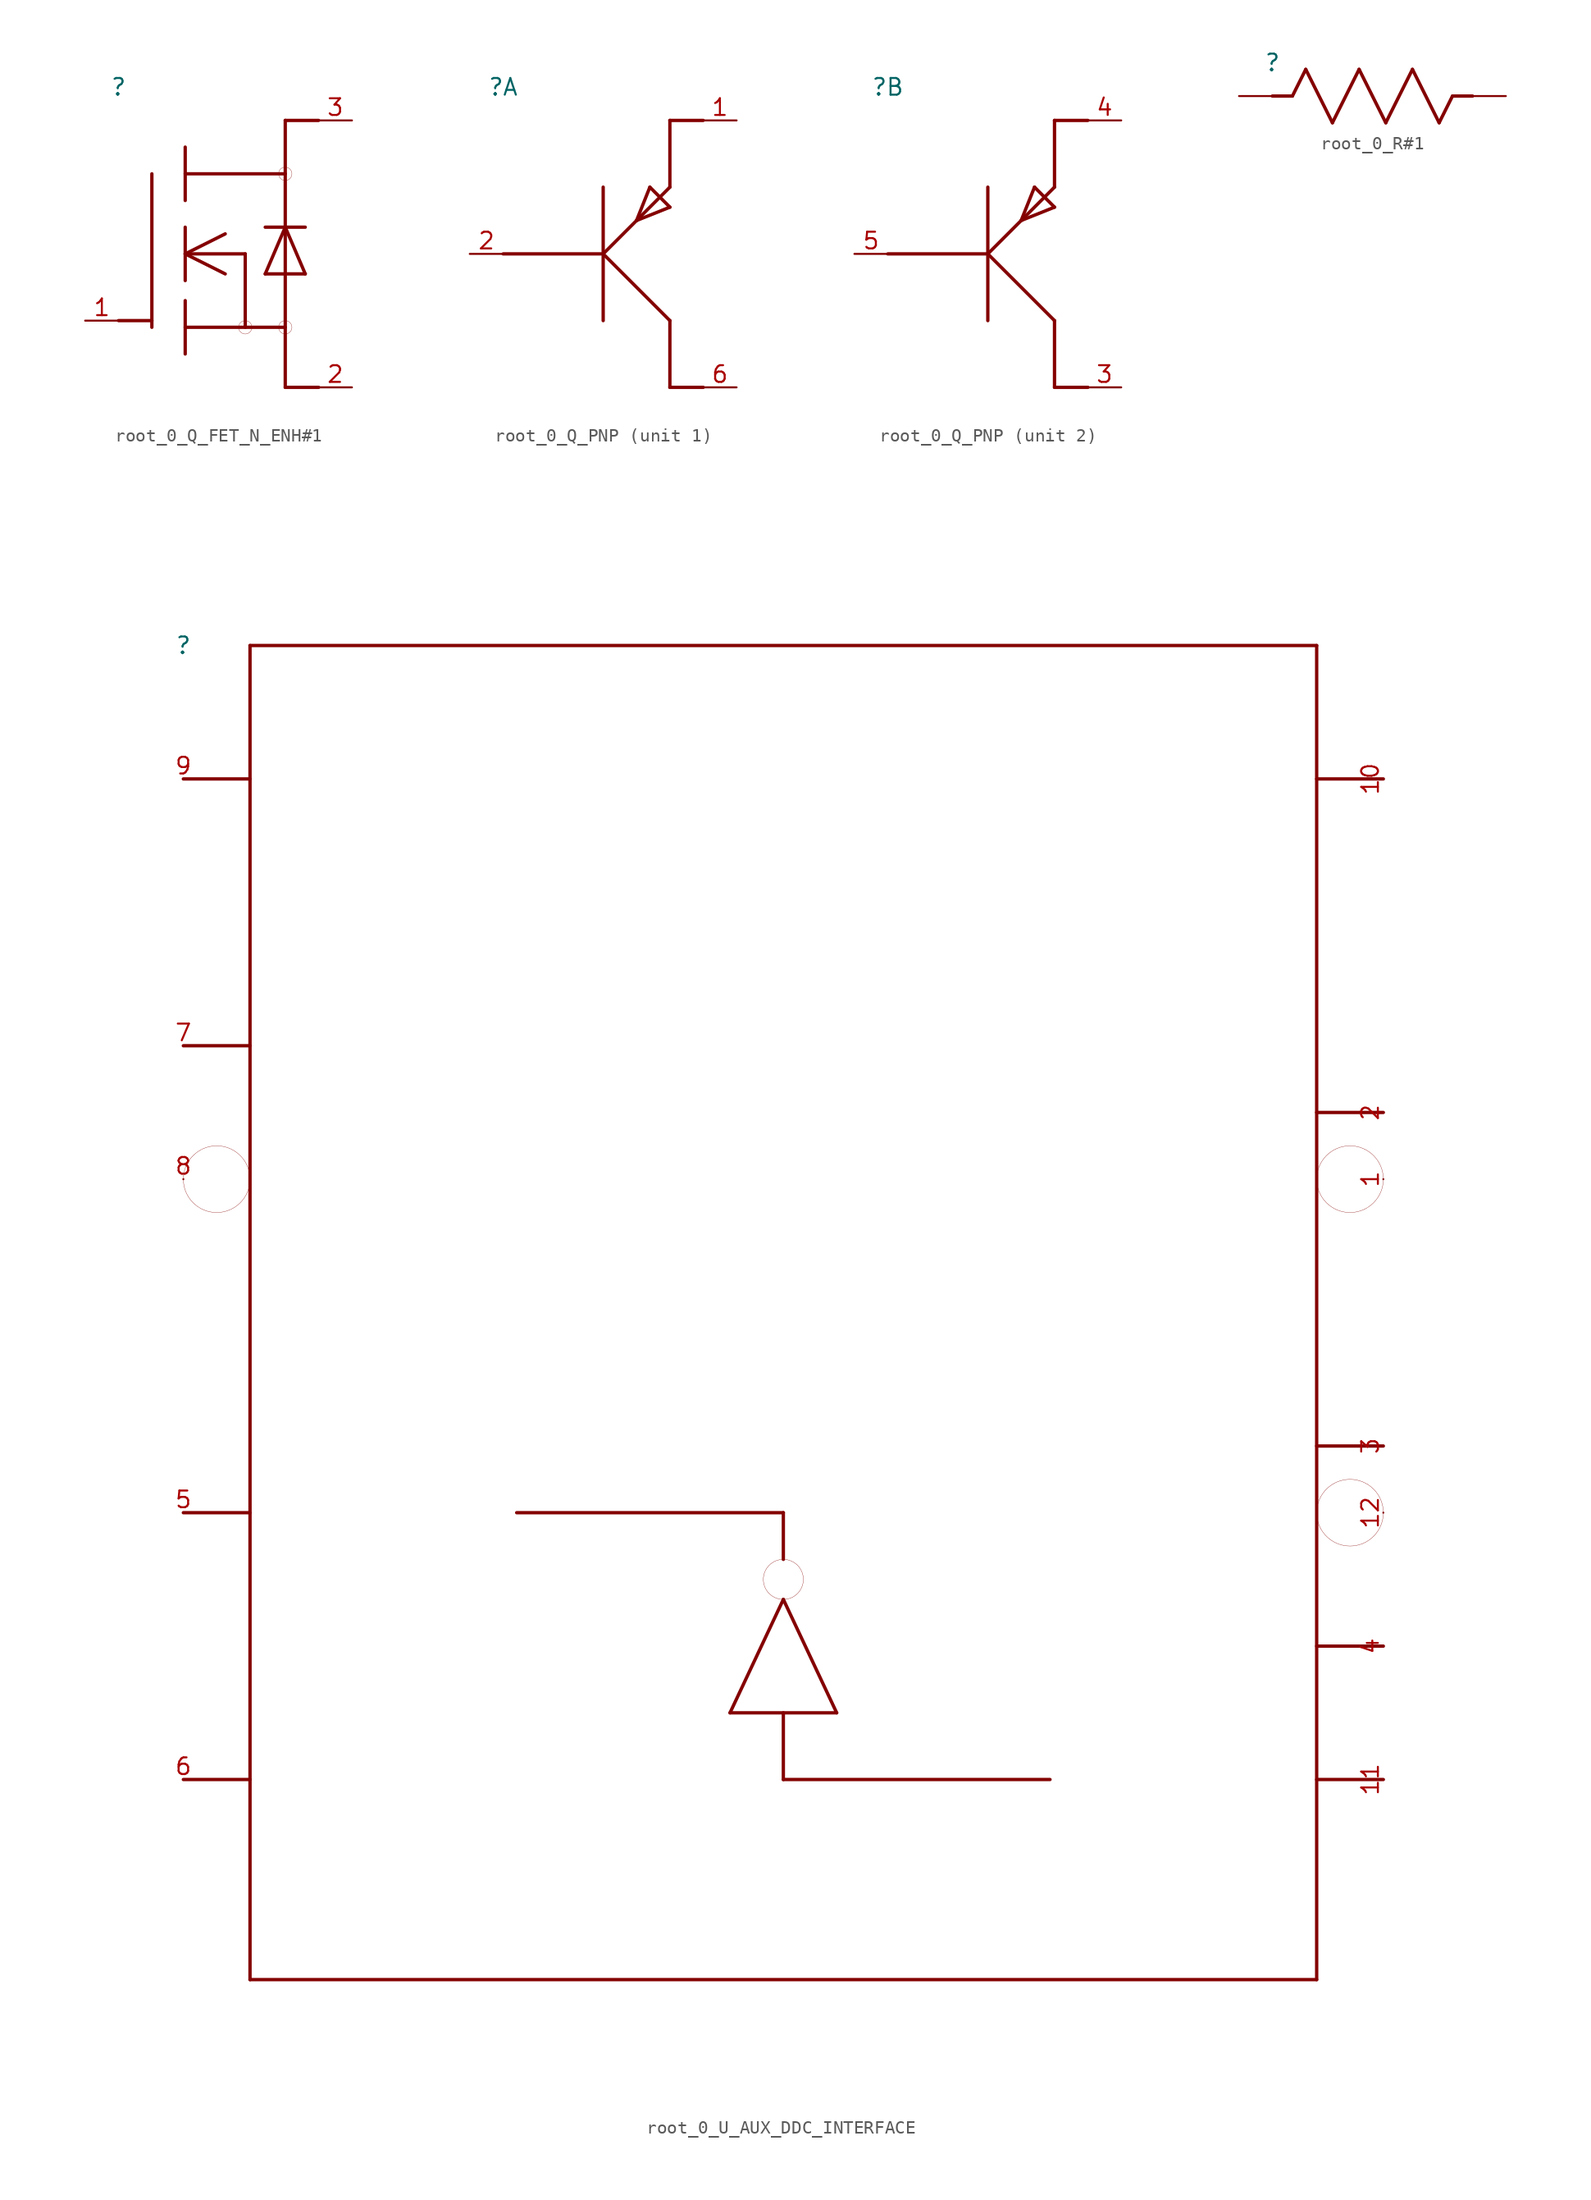
<source format=kicad_sym>
(kicad_symbol_lib
  (version 20220914)
  (generator kicad_symbol_editor)
  (symbol "root_0_Q_FET_N_ENH#1"
    (property "Reference" ""
      (at 0 0 0)
      (effects (font (size 1.27 1.27))))
    (property "Value" ""
      (at 0 0 0)
      (effects (font (size 1.27 1.27))))
    (symbol "root_0_Q_FET_N_ENH#1_1_0"
      (polyline (pts (xy 0 -17.78) (xy 2.54 -17.78)) (stroke (width 0.254) (type solid)) (fill (type none)))
      (polyline (pts (xy 2.54 -18.288) (xy 2.54 -6.604)) (stroke (width 0.254) (type solid)) (fill (type none)))
      (polyline (pts (xy 5.08 -20.32) (xy 5.08 -16.256)) (stroke (width 0.254) (type solid)) (fill (type none)))
      (polyline (pts (xy 5.08 -18.288) (xy 12.7 -18.288)) (stroke (width 0.254) (type solid)) (fill (type none)))
      (polyline (pts (xy 5.08 -12.7) (xy 8.128 -14.224)) (stroke (width 0.254) (type solid)) (fill (type none)))
      (polyline (pts (xy 5.08 -12.7) (xy 8.128 -11.176)) (stroke (width 0.254) (type solid)) (fill (type none)))
      (polyline (pts (xy 5.08 -10.668) (xy 5.08 -14.732)) (stroke (width 0.254) (type solid)) (fill (type none)))
      (polyline (pts (xy 5.08 -6.604) (xy 12.7 -6.604)) (stroke (width 0.254) (type solid)) (fill (type none)))
      (polyline (pts (xy 5.08 -4.572) (xy 5.08 -8.636)) (stroke (width 0.254) (type solid)) (fill (type none)))
      (polyline (pts (xy 9.652 -12.7) (xy 5.08 -12.7)) (stroke (width 0.254) (type solid)) (fill (type none)))
      (polyline (pts (xy 9.652 -12.7) (xy 9.652 -18.288)) (stroke (width 0.254) (type solid)) (fill (type none)))
      (polyline (pts (xy 11.176 -14.224) (xy 14.224 -14.224)) (stroke (width 0.254) (type solid)) (fill (type none)))
      (polyline (pts (xy 11.176 -10.668) (xy 14.224 -10.668)) (stroke (width 0.254) (type solid)) (fill (type none)))
      (polyline (pts (xy 12.7 -22.86) (xy 12.7 -2.54)) (stroke (width 0.254) (type solid)) (fill (type none)))
      (polyline (pts (xy 12.7 -22.86) (xy 15.24 -22.86)) (stroke (width 0.254) (type solid)) (fill (type none)))
      (polyline (pts (xy 12.7 -10.668) (xy 11.176 -14.224)) (stroke (width 0.254) (type solid)) (fill (type none)))
      (polyline (pts (xy 12.7 -2.54) (xy 15.24 -2.54)) (stroke (width 0.254) (type solid)) (fill (type none)))
      (polyline (pts (xy 14.224 -14.224) (xy 12.7 -10.668)) (stroke (width 0.254) (type solid)) (fill (type none)))
      (circle (center 9.652 -18.288) (radius 0.508) (stroke (width 0.0001) (type solid)) (fill (type none)))
      (circle (center 12.7 -18.288) (radius 0.508) (stroke (width 0.0001) (type solid)) (fill (type none)))
      (circle (center 12.7 -6.604) (radius 0.508) (stroke (width 0.0001) (type solid)) (fill (type none)))
      (pin bidirectional line (at -2.54 -17.78 0) (length 2.54) (name "G" (effects (font (size 0 0)))) (number "1" (effects (font (size 1.27 1.27)))))
      (pin bidirectional line (at 17.78 -22.86 180) (length 2.54) (name "S" (effects (font (size 0 0)))) (number "2" (effects (font (size 1.27 1.27)))))
      (pin bidirectional line (at 17.78 -2.54 180) (length 2.54) (name "D" (effects (font (size 0 0)))) (number "3" (effects (font (size 1.27 1.27)))))))
  (symbol "root_0_Q_PNP"
    (property "Reference" ""
      (at 0 0 0)
      (effects (font (size 1.27 1.27))))
    (property "Value" ""
      (at 0 0 0)
      (effects (font (size 1.27 1.27))))
    (symbol "root_0_Q_PNP_1_0"
      (polyline (pts (xy 0 -12.7) (xy 7.62 -12.7)) (stroke (width 0.254) (type solid)) (fill (type none)))
      (polyline (pts (xy 7.62 -12.7) (xy 12.7 -17.78)) (stroke (width 0.254) (type solid)) (fill (type none)))
      (polyline (pts (xy 7.62 -7.62) (xy 7.62 -17.78)) (stroke (width 0.254) (type solid)) (fill (type none)))
      (polyline (pts (xy 11.176 -7.62) (xy 10.16 -10.16)) (stroke (width 0.254) (type solid)) (fill (type none)))
      (polyline (pts (xy 12.7 -22.86) (xy 15.24 -22.86)) (stroke (width 0.254) (type solid)) (fill (type none)))
      (polyline (pts (xy 12.7 -17.78) (xy 12.7 -22.86)) (stroke (width 0.254) (type solid)) (fill (type none)))
      (polyline (pts (xy 12.7 -9.144) (xy 10.16 -10.16)) (stroke (width 0.254) (type solid)) (fill (type none)))
      (polyline (pts (xy 12.7 -9.144) (xy 11.176 -7.62)) (stroke (width 0.254) (type solid)) (fill (type none)))
      (polyline (pts (xy 12.7 -7.62) (xy 7.62 -12.7)) (stroke (width 0.254) (type solid)) (fill (type none)))
      (polyline (pts (xy 12.7 -7.62) (xy 12.7 -2.54)) (stroke (width 0.254) (type solid)) (fill (type none)))
      (polyline (pts (xy 12.7 -2.54) (xy 15.24 -2.54)) (stroke (width 0.254) (type solid)) (fill (type none)))
      (pin bidirectional line (at 17.78 -2.54 180) (length 2.54) (name "E" (effects (font (size 0 0)))) (number "1" (effects (font (size 1.27 1.27)))))
      (pin bidirectional line (at -2.54 -12.7 0) (length 2.54) (name "B" (effects (font (size 0 0)))) (number "2" (effects (font (size 1.27 1.27)))))
      (pin bidirectional line (at 17.78 -22.86 180) (length 2.54) (name "C" (effects (font (size 0 0)))) (number "6" (effects (font (size 1.27 1.27))))))
    (symbol "root_0_Q_PNP_2_0"
      (polyline (pts (xy 0 -12.7) (xy 7.62 -12.7)) (stroke (width 0.254) (type solid)) (fill (type none)))
      (polyline (pts (xy 7.62 -12.7) (xy 12.7 -17.78)) (stroke (width 0.254) (type solid)) (fill (type none)))
      (polyline (pts (xy 7.62 -7.62) (xy 7.62 -17.78)) (stroke (width 0.254) (type solid)) (fill (type none)))
      (polyline (pts (xy 11.176 -7.62) (xy 10.16 -10.16)) (stroke (width 0.254) (type solid)) (fill (type none)))
      (polyline (pts (xy 12.7 -22.86) (xy 15.24 -22.86)) (stroke (width 0.254) (type solid)) (fill (type none)))
      (polyline (pts (xy 12.7 -17.78) (xy 12.7 -22.86)) (stroke (width 0.254) (type solid)) (fill (type none)))
      (polyline (pts (xy 12.7 -9.144) (xy 10.16 -10.16)) (stroke (width 0.254) (type solid)) (fill (type none)))
      (polyline (pts (xy 12.7 -9.144) (xy 11.176 -7.62)) (stroke (width 0.254) (type solid)) (fill (type none)))
      (polyline (pts (xy 12.7 -7.62) (xy 7.62 -12.7)) (stroke (width 0.254) (type solid)) (fill (type none)))
      (polyline (pts (xy 12.7 -7.62) (xy 12.7 -2.54)) (stroke (width 0.254) (type solid)) (fill (type none)))
      (polyline (pts (xy 12.7 -2.54) (xy 15.24 -2.54)) (stroke (width 0.254) (type solid)) (fill (type none)))
      (pin bidirectional line (at 17.78 -22.86 180) (length 2.54) (name "C" (effects (font (size 0 0)))) (number "3" (effects (font (size 1.27 1.27)))))
      (pin bidirectional line (at 17.78 -2.54 180) (length 2.54) (name "E" (effects (font (size 0 0)))) (number "4" (effects (font (size 1.27 1.27)))))
      (pin bidirectional line (at -2.54 -12.7 0) (length 2.54) (name "B" (effects (font (size 0 0)))) (number "5" (effects (font (size 1.27 1.27)))))))
  (symbol "root_0_R#1"
    (property "Reference" ""
      (at 0 0 0)
      (effects (font (size 1.27 1.27))))
    (property "Value" ""
      (at 0 0 0)
      (effects (font (size 1.27 1.27))))
    (symbol "root_0_R#1_1_0"
      (polyline (pts (xy 0 -2.54) (xy 1.524 -2.54)) (stroke (width 0.254) (type solid)) (fill (type none)))
      (polyline (pts (xy 2.54 -0.508) (xy 1.524 -2.54)) (stroke (width 0.254) (type solid)) (fill (type none)))
      (polyline (pts (xy 4.572 -4.572) (xy 2.54 -0.508)) (stroke (width 0.254) (type solid)) (fill (type none)))
      (polyline (pts (xy 6.604 -0.508) (xy 4.572 -4.572)) (stroke (width 0.254) (type solid)) (fill (type none)))
      (polyline (pts (xy 6.604 -0.508) (xy 8.636 -4.572)) (stroke (width 0.254) (type solid)) (fill (type none)))
      (polyline (pts (xy 8.636 -4.572) (xy 10.668 -0.508)) (stroke (width 0.254) (type solid)) (fill (type none)))
      (polyline (pts (xy 10.668 -0.508) (xy 12.7 -4.572)) (stroke (width 0.254) (type solid)) (fill (type none)))
      (polyline (pts (xy 12.7 -4.572) (xy 13.716 -2.54)) (stroke (width 0.254) (type solid)) (fill (type none)))
      (polyline (pts (xy 13.716 -2.54) (xy 15.24 -2.54)) (stroke (width 0.254) (type solid)) (fill (type none)))
      (pin bidirectional line (at -2.54 -2.54 0) (length 2.54) (name "1" (effects (font (size 0 0)))) (number "1" (effects (font (size 0 0)))))
      (pin bidirectional line (at 17.78 -2.54 180) (length 2.54) (name "2" (effects (font (size 0 0)))) (number "2" (effects (font (size 0 0)))))))
  (symbol "root_0_U_AUX_DDC_INTERFACE"
    (property "Reference" ""
      (at 0 0 0)
      (effects (font (size 1.27 1.27))))
    (property "Value" ""
      (at 0 0 0)
      (effects (font (size 1.27 1.27))))
    (symbol "root_0_U_AUX_DDC_INTERFACE_1_0"
      (polyline (pts (xy 5.08 -86.36) (xy 0 -86.36)) (stroke (width 0.254) (type solid)) (fill (type none)))
      (polyline (pts (xy 5.08 -66.04) (xy 0 -66.04)) (stroke (width 0.254) (type solid)) (fill (type none)))
      (polyline (pts (xy 5.08 -30.48) (xy 0 -30.48)) (stroke (width 0.254) (type solid)) (fill (type none)))
      (polyline (pts (xy 5.08 -10.16) (xy 0 -10.16)) (stroke (width 0.254) (type solid)) (fill (type none)))
      (polyline (pts (xy 5.08 0) (xy 5.08 -101.6)) (stroke (width 0.254) (type solid)) (fill (type none)))
      (polyline (pts (xy 25.4 -66.04) (xy 45.72 -66.04)) (stroke (width 0.254) (type solid)) (fill (type none)))
      (polyline (pts (xy 45.72 -86.36) (xy 45.72 -81.28)) (stroke (width 0.254) (type solid)) (fill (type none)))
      (polyline (pts (xy 45.72 -86.36) (xy 66.04 -86.36)) (stroke (width 0.254) (type solid)) (fill (type none)))
      (polyline (pts (xy 45.72 -72.644) (xy 41.656 -81.28)) (stroke (width 0.254) (type solid)) (fill (type none)))
      (polyline (pts (xy 45.72 -66.04) (xy 45.72 -69.596)) (stroke (width 0.254) (type solid)) (fill (type none)))
      (polyline (pts (xy 49.784 -81.28) (xy 41.656 -81.28)) (stroke (width 0.254) (type solid)) (fill (type none)))
      (polyline (pts (xy 49.784 -81.28) (xy 45.72 -72.644)) (stroke (width 0.254) (type solid)) (fill (type none)))
      (polyline (pts (xy 86.36 -101.6) (xy 5.08 -101.6)) (stroke (width 0.254) (type solid)) (fill (type none)))
      (polyline (pts (xy 86.36 -86.36) (xy 91.44 -86.36)) (stroke (width 0.254) (type solid)) (fill (type none)))
      (polyline (pts (xy 86.36 -76.2) (xy 91.44 -76.2)) (stroke (width 0.254) (type solid)) (fill (type none)))
      (polyline (pts (xy 86.36 -60.96) (xy 91.44 -60.96)) (stroke (width 0.254) (type solid)) (fill (type none)))
      (polyline (pts (xy 86.36 -35.56) (xy 91.44 -35.56)) (stroke (width 0.254) (type solid)) (fill (type none)))
      (polyline (pts (xy 86.36 -10.16) (xy 91.44 -10.16)) (stroke (width 0.254) (type solid)) (fill (type none)))
      (polyline (pts (xy 86.36 0) (xy 5.08 0)) (stroke (width 0.254) (type solid)) (fill (type none)))
      (polyline (pts (xy 86.36 0) (xy 86.36 -101.6)) (stroke (width 0.254) (type solid)) (fill (type none)))
      (circle (center 2.54 -40.64) (radius 2.54) (stroke (width 0.0001) (type solid)) (fill (type none)))
      (circle (center 45.72 -71.12) (radius 1.524) (stroke (width 0.0001) (type solid)) (fill (type none)))
      (circle (center 88.9 -66.04) (radius 2.54) (stroke (width 0.0001) (type solid)) (fill (type none)))
      (circle (center 88.9 -40.64) (radius 2.54) (stroke (width 0.0001) (type solid)) (fill (type none)))
      (pin bidirectional line (at 91.44 -40.64 270) (length 0) (name "AUX2B_N" (effects (font (size 0 0)))) (number "1" (effects (font (size 1.27 1.27)))))
      (pin power_in line (at 91.44 -10.16 270) (length 0) (name "VREF2" (effects (font (size 0 0)))) (number "10" (effects (font (size 1.27 1.27)))))
      (pin input line (at 91.44 -86.36 270) (length 0) (name "HPD2" (effects (font (size 0 0)))) (number "11" (effects (font (size 1.27 1.27)))))
      (pin bidirectional line (at 91.44 -66.04 270) (length 0) (name "AUX2A_N" (effects (font (size 0 0)))) (number "12" (effects (font (size 1.27 1.27)))))
      (pin bidirectional line (at 91.44 -35.56 270) (length 0) (name "AUX2B_P" (effects (font (size 0 0)))) (number "2" (effects (font (size 1.27 1.27)))))
      (pin bidirectional line (at 91.44 -60.96 270) (length 0) (name "AUX2A_P" (effects (font (size 0 0)))) (number "3" (effects (font (size 1.27 1.27)))))
      (pin input line (at 91.44 -76.2 270) (length 0) (name "SEL" (effects (font (size 0 0)))) (number "4" (effects (font (size 1.27 1.27)))))
      (pin output line (at 0 -66.04 180) (length 0) (name "HPD1" (effects (font (size 0 0)))) (number "5" (effects (font (size 1.27 1.27)))))
      (pin input line (at 0 -86.36 180) (length 0) (name "GND" (effects (font (size 0 0)))) (number "6" (effects (font (size 1.27 1.27)))))
      (pin bidirectional line (at 0 -30.48 180) (length 0) (name "AUX1_P" (effects (font (size 0 0)))) (number "7" (effects (font (size 1.27 1.27)))))
      (pin bidirectional line (at 0 -40.64 180) (length 0) (name "AUX1_N" (effects (font (size 0 0)))) (number "8" (effects (font (size 1.27 1.27)))))
      (pin power_in line (at 0 -10.16 180) (length 0) (name "VREF1" (effects (font (size 0 0)))) (number "9" (effects (font (size 1.27 1.27))))))))
</source>
